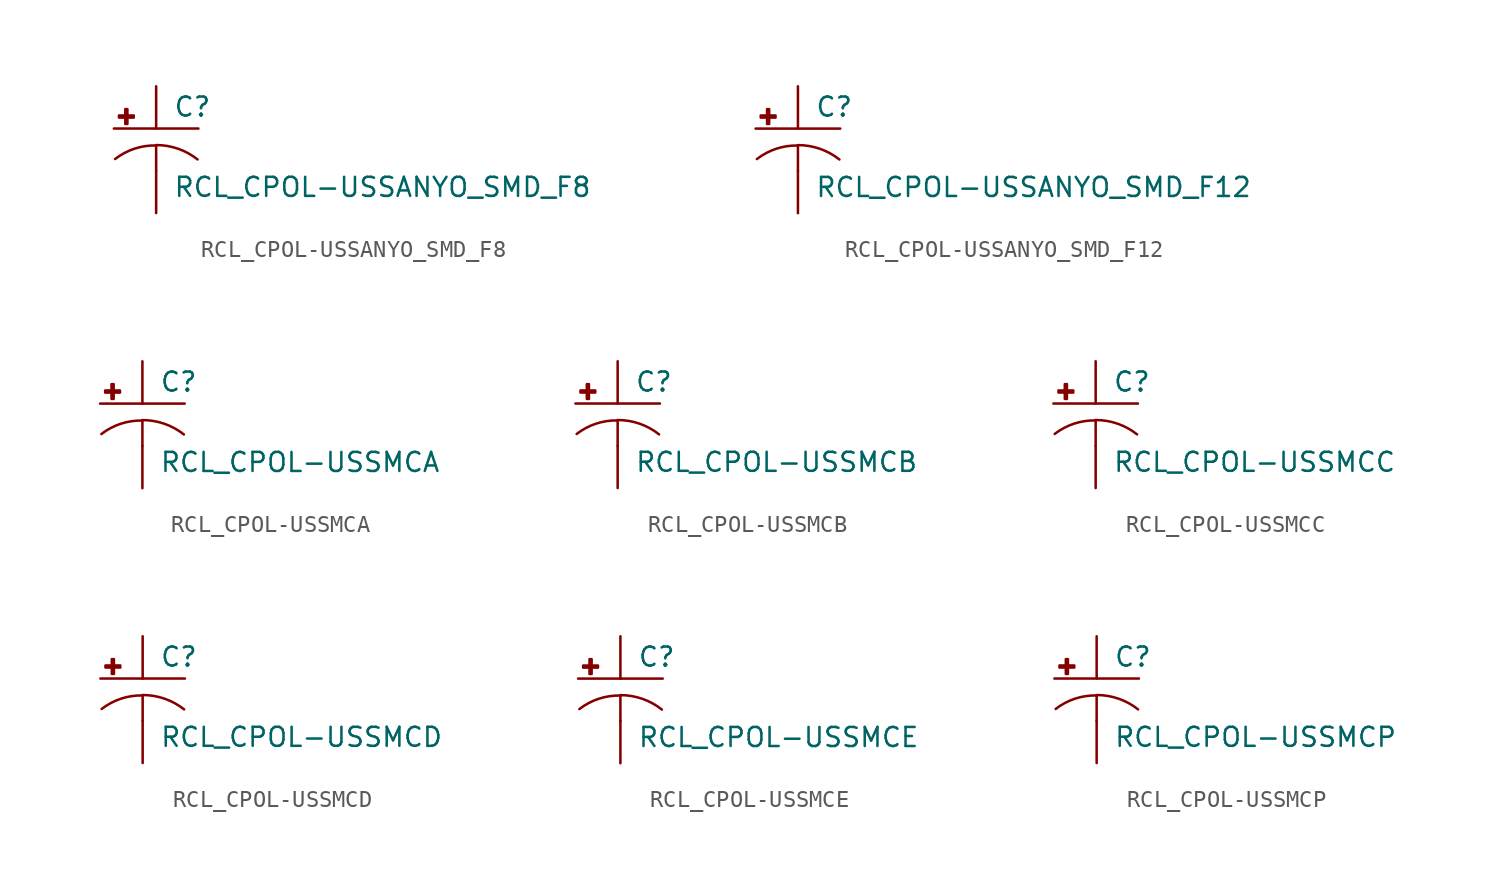
<source format=kicad_sym>
(kicad_symbol_lib
  (version 20210619)
  (generator kicad_symbol_editor)
  (symbol "RCL_CPOL-USSANYO_SMD_F8"
    (pin_numbers hide)
    (pin_names
      (offset 1.016) hide)
    (property "Reference" "C"
      (at 1.016 0.635 0)
      (effects (font (size 1.143 1.143)) (justify left bottom)))
    (property "Value" "RCL_CPOL-USSANYO_SMD_F8"
      (at 1.016 -4.191 0)
      (effects (font (size 1.143 1.143)) (justify left bottom)))
    (property "ki_locked" ""
      (at 0 0 0)
      (effects (font (size 1.27 1.27))))
    (symbol "RCL_CPOL-USSANYO_SMD_F8_1_0"
      (polyline (pts (xy -2.54 0) (xy 2.54 0)) (stroke (width 0)) (fill (type none)))
      (polyline (pts (xy 0 -1.016) (xy 0 -2.54)) (stroke (width 0)) (fill (type none)))
      (polyline (pts (xy 0 -1.016) (xy 0 -1.016)) (stroke (width 0)) (fill (type none))))
    (symbol "RCL_CPOL-USSANYO_SMD_F8_1_1"
      (arc (start 0 -1.016) (end -2.4638 -1.8288) (radius (at 0 -5.0546) (length 4.0386) (angles 90.1 127.3)) (stroke (width 0)) (fill (type none)))
      (arc (start 2.4892 -1.8542) (end 0 -0.9906) (radius (at 0 -5.0292) (length 4.0386) (angles 52.3 89.9)) (stroke (width 0)) (fill (type none)))
      (rectangle (start -2.235 0.66) (end -1.346 0.787) (stroke (width 0)) (fill (type outline)))
      (rectangle (start -1.854 0.279) (end -1.727 1.168) (stroke (width 0)) (fill (type outline)))
      (pin passive line (at 0 2.54 270) (length 2.54) (name "+" (effects (font (size 1.016 1.016)))) (number "+" (effects (font (size 1.016 1.016)))))
      (pin passive line (at 0 -5.08 90) (length 2.54) (name "-" (effects (font (size 1.016 1.016)))) (number "-" (effects (font (size 1.016 1.016)))))))
  (symbol "RCL_CPOL-USSANYO_SMD_F12"
    (pin_numbers hide)
    (pin_names
      (offset 1.016) hide)
    (property "Reference" "C"
      (at 1.016 0.635 0)
      (effects (font (size 1.143 1.143)) (justify left bottom)))
    (property "Value" "RCL_CPOL-USSANYO_SMD_F12"
      (at 1.016 -4.191 0)
      (effects (font (size 1.143 1.143)) (justify left bottom)))
    (property "ki_locked" ""
      (at 0 0 0)
      (effects (font (size 1.27 1.27))))
    (symbol "RCL_CPOL-USSANYO_SMD_F12_1_0"
      (polyline (pts (xy -2.54 0) (xy 2.54 0)) (stroke (width 0)) (fill (type none)))
      (polyline (pts (xy 0 -1.016) (xy 0 -2.54)) (stroke (width 0)) (fill (type none)))
      (polyline (pts (xy 0 -1.016) (xy 0 -1.016)) (stroke (width 0)) (fill (type none))))
    (symbol "RCL_CPOL-USSANYO_SMD_F12_1_1"
      (arc (start 0 -1.016) (end -2.4638 -1.8288) (radius (at 0 -5.0546) (length 4.0386) (angles 90.1 127.3)) (stroke (width 0)) (fill (type none)))
      (arc (start 2.4892 -1.8542) (end 0 -0.9906) (radius (at 0 -5.0292) (length 4.0386) (angles 52.3 89.9)) (stroke (width 0)) (fill (type none)))
      (rectangle (start -2.235 0.66) (end -1.346 0.787) (stroke (width 0)) (fill (type outline)))
      (rectangle (start -1.854 0.279) (end -1.727 1.168) (stroke (width 0)) (fill (type outline)))
      (pin passive line (at 0 2.54 270) (length 2.54) (name "+" (effects (font (size 1.016 1.016)))) (number "+" (effects (font (size 1.016 1.016)))))
      (pin passive line (at 0 -5.08 90) (length 2.54) (name "-" (effects (font (size 1.016 1.016)))) (number "-" (effects (font (size 1.016 1.016)))))))
  (symbol "RCL_CPOL-USSMCA"
    (pin_numbers hide)
    (pin_names
      (offset 1.016) hide)
    (property "Reference" "C"
      (at 1.016 0.635 0)
      (effects (font (size 1.143 1.143)) (justify left bottom)))
    (property "Value" "RCL_CPOL-USSMCA"
      (at 1.016 -4.191 0)
      (effects (font (size 1.143 1.143)) (justify left bottom)))
    (property "ki_locked" ""
      (at 0 0 0)
      (effects (font (size 1.27 1.27))))
    (symbol "RCL_CPOL-USSMCA_1_0"
      (polyline (pts (xy -2.54 0) (xy 2.54 0)) (stroke (width 0)) (fill (type none)))
      (polyline (pts (xy 0 -1.016) (xy 0 -2.54)) (stroke (width 0)) (fill (type none)))
      (polyline (pts (xy 0 -1.016) (xy 0 -1.016)) (stroke (width 0)) (fill (type none))))
    (symbol "RCL_CPOL-USSMCA_1_1"
      (arc (start 0 -1.016) (end -2.4638 -1.8288) (radius (at 0 -5.0546) (length 4.0386) (angles 90.1 127.3)) (stroke (width 0)) (fill (type none)))
      (arc (start 2.4892 -1.8542) (end 0 -0.9906) (radius (at 0 -5.0292) (length 4.0386) (angles 52.3 89.9)) (stroke (width 0)) (fill (type none)))
      (rectangle (start -2.235 0.66) (end -1.346 0.787) (stroke (width 0)) (fill (type outline)))
      (rectangle (start -1.854 0.279) (end -1.727 1.168) (stroke (width 0)) (fill (type outline)))
      (pin passive line (at 0 2.54 270) (length 2.54) (name "+" (effects (font (size 1.016 1.016)))) (number "+" (effects (font (size 1.016 1.016)))))
      (pin passive line (at 0 -5.08 90) (length 2.54) (name "-" (effects (font (size 1.016 1.016)))) (number "-" (effects (font (size 1.016 1.016)))))))
  (symbol "RCL_CPOL-USSMCB"
    (pin_numbers hide)
    (pin_names
      (offset 1.016) hide)
    (property "Reference" "C"
      (at 1.016 0.635 0)
      (effects (font (size 1.143 1.143)) (justify left bottom)))
    (property "Value" "RCL_CPOL-USSMCB"
      (at 1.016 -4.191 0)
      (effects (font (size 1.143 1.143)) (justify left bottom)))
    (property "ki_locked" ""
      (at 0 0 0)
      (effects (font (size 1.27 1.27))))
    (symbol "RCL_CPOL-USSMCB_1_0"
      (polyline (pts (xy -2.54 0) (xy 2.54 0)) (stroke (width 0)) (fill (type none)))
      (polyline (pts (xy 0 -1.016) (xy 0 -2.54)) (stroke (width 0)) (fill (type none)))
      (polyline (pts (xy 0 -1.016) (xy 0 -1.016)) (stroke (width 0)) (fill (type none))))
    (symbol "RCL_CPOL-USSMCB_1_1"
      (arc (start 0 -1.016) (end -2.4638 -1.8288) (radius (at 0 -5.0546) (length 4.0386) (angles 90.1 127.3)) (stroke (width 0)) (fill (type none)))
      (arc (start 2.4892 -1.8542) (end 0 -0.9906) (radius (at 0 -5.0292) (length 4.0386) (angles 52.3 89.9)) (stroke (width 0)) (fill (type none)))
      (rectangle (start -2.235 0.66) (end -1.346 0.787) (stroke (width 0)) (fill (type outline)))
      (rectangle (start -1.854 0.279) (end -1.727 1.168) (stroke (width 0)) (fill (type outline)))
      (pin passive line (at 0 2.54 270) (length 2.54) (name "+" (effects (font (size 1.016 1.016)))) (number "+" (effects (font (size 1.016 1.016)))))
      (pin passive line (at 0 -5.08 90) (length 2.54) (name "-" (effects (font (size 1.016 1.016)))) (number "-" (effects (font (size 1.016 1.016)))))))
  (symbol "RCL_CPOL-USSMCC"
    (pin_numbers hide)
    (pin_names
      (offset 1.016) hide)
    (property "Reference" "C"
      (at 1.016 0.635 0)
      (effects (font (size 1.143 1.143)) (justify left bottom)))
    (property "Value" "RCL_CPOL-USSMCC"
      (at 1.016 -4.191 0)
      (effects (font (size 1.143 1.143)) (justify left bottom)))
    (property "ki_locked" ""
      (at 0 0 0)
      (effects (font (size 1.27 1.27))))
    (symbol "RCL_CPOL-USSMCC_1_0"
      (polyline (pts (xy -2.54 0) (xy 2.54 0)) (stroke (width 0)) (fill (type none)))
      (polyline (pts (xy 0 -1.016) (xy 0 -2.54)) (stroke (width 0)) (fill (type none)))
      (polyline (pts (xy 0 -1.016) (xy 0 -1.016)) (stroke (width 0)) (fill (type none))))
    (symbol "RCL_CPOL-USSMCC_1_1"
      (arc (start 0 -1.016) (end -2.4638 -1.8288) (radius (at 0 -5.0546) (length 4.0386) (angles 90.1 127.3)) (stroke (width 0)) (fill (type none)))
      (arc (start 2.4892 -1.8542) (end 0 -0.9906) (radius (at 0 -5.0292) (length 4.0386) (angles 52.3 89.9)) (stroke (width 0)) (fill (type none)))
      (rectangle (start -2.235 0.66) (end -1.346 0.787) (stroke (width 0)) (fill (type outline)))
      (rectangle (start -1.854 0.279) (end -1.727 1.168) (stroke (width 0)) (fill (type outline)))
      (pin passive line (at 0 2.54 270) (length 2.54) (name "+" (effects (font (size 1.016 1.016)))) (number "+" (effects (font (size 1.016 1.016)))))
      (pin passive line (at 0 -5.08 90) (length 2.54) (name "-" (effects (font (size 1.016 1.016)))) (number "-" (effects (font (size 1.016 1.016)))))))
  (symbol "RCL_CPOL-USSMCD"
    (pin_numbers hide)
    (pin_names
      (offset 1.016) hide)
    (property "Reference" "C"
      (at 1.016 0.635 0)
      (effects (font (size 1.143 1.143)) (justify left bottom)))
    (property "Value" "RCL_CPOL-USSMCD"
      (at 1.016 -4.191 0)
      (effects (font (size 1.143 1.143)) (justify left bottom)))
    (property "ki_locked" ""
      (at 0 0 0)
      (effects (font (size 1.27 1.27))))
    (symbol "RCL_CPOL-USSMCD_1_0"
      (polyline (pts (xy -2.54 0) (xy 2.54 0)) (stroke (width 0)) (fill (type none)))
      (polyline (pts (xy 0 -1.016) (xy 0 -2.54)) (stroke (width 0)) (fill (type none)))
      (polyline (pts (xy 0 -1.016) (xy 0 -1.016)) (stroke (width 0)) (fill (type none))))
    (symbol "RCL_CPOL-USSMCD_1_1"
      (arc (start 0 -1.016) (end -2.4638 -1.8288) (radius (at 0 -5.0546) (length 4.0386) (angles 90.1 127.3)) (stroke (width 0)) (fill (type none)))
      (arc (start 2.4892 -1.8542) (end 0 -0.9906) (radius (at 0 -5.0292) (length 4.0386) (angles 52.3 89.9)) (stroke (width 0)) (fill (type none)))
      (rectangle (start -2.235 0.66) (end -1.346 0.787) (stroke (width 0)) (fill (type outline)))
      (rectangle (start -1.854 0.279) (end -1.727 1.168) (stroke (width 0)) (fill (type outline)))
      (pin passive line (at 0 2.54 270) (length 2.54) (name "+" (effects (font (size 1.016 1.016)))) (number "+" (effects (font (size 1.016 1.016)))))
      (pin passive line (at 0 -5.08 90) (length 2.54) (name "-" (effects (font (size 1.016 1.016)))) (number "-" (effects (font (size 1.016 1.016)))))))
  (symbol "RCL_CPOL-USSMCE"
    (pin_numbers hide)
    (pin_names
      (offset 1.016) hide)
    (property "Reference" "C"
      (at 1.016 0.635 0)
      (effects (font (size 1.143 1.143)) (justify left bottom)))
    (property "Value" "RCL_CPOL-USSMCE"
      (at 1.016 -4.191 0)
      (effects (font (size 1.143 1.143)) (justify left bottom)))
    (property "ki_locked" ""
      (at 0 0 0)
      (effects (font (size 1.27 1.27))))
    (symbol "RCL_CPOL-USSMCE_1_0"
      (polyline (pts (xy -2.54 0) (xy 2.54 0)) (stroke (width 0)) (fill (type none)))
      (polyline (pts (xy 0 -1.016) (xy 0 -2.54)) (stroke (width 0)) (fill (type none)))
      (polyline (pts (xy 0 -1.016) (xy 0 -1.016)) (stroke (width 0)) (fill (type none))))
    (symbol "RCL_CPOL-USSMCE_1_1"
      (arc (start 0 -1.016) (end -2.4638 -1.8288) (radius (at 0 -5.0546) (length 4.0386) (angles 90.1 127.3)) (stroke (width 0)) (fill (type none)))
      (arc (start 2.4892 -1.8542) (end 0 -0.9906) (radius (at 0 -5.0292) (length 4.0386) (angles 52.3 89.9)) (stroke (width 0)) (fill (type none)))
      (rectangle (start -2.235 0.66) (end -1.346 0.787) (stroke (width 0)) (fill (type outline)))
      (rectangle (start -1.854 0.279) (end -1.727 1.168) (stroke (width 0)) (fill (type outline)))
      (pin passive line (at 0 2.54 270) (length 2.54) (name "+" (effects (font (size 1.016 1.016)))) (number "+" (effects (font (size 1.016 1.016)))))
      (pin passive line (at 0 -5.08 90) (length 2.54) (name "-" (effects (font (size 1.016 1.016)))) (number "-" (effects (font (size 1.016 1.016)))))))
  (symbol "RCL_CPOL-USSMCP"
    (pin_numbers hide)
    (pin_names
      (offset 1.016) hide)
    (property "Reference" "C"
      (at 1.016 0.635 0)
      (effects (font (size 1.143 1.143)) (justify left bottom)))
    (property "Value" "RCL_CPOL-USSMCP"
      (at 1.016 -4.191 0)
      (effects (font (size 1.143 1.143)) (justify left bottom)))
    (property "ki_locked" ""
      (at 0 0 0)
      (effects (font (size 1.27 1.27))))
    (symbol "RCL_CPOL-USSMCP_1_0"
      (polyline (pts (xy -2.54 0) (xy 2.54 0)) (stroke (width 0)) (fill (type none)))
      (polyline (pts (xy 0 -1.016) (xy 0 -2.54)) (stroke (width 0)) (fill (type none)))
      (polyline (pts (xy 0 -1.016) (xy 0 -1.016)) (stroke (width 0)) (fill (type none))))
    (symbol "RCL_CPOL-USSMCP_1_1"
      (arc (start 0 -1.016) (end -2.4638 -1.8288) (radius (at 0 -5.0546) (length 4.0386) (angles 90.1 127.3)) (stroke (width 0)) (fill (type none)))
      (arc (start 2.4892 -1.8542) (end 0 -0.9906) (radius (at 0 -5.0292) (length 4.0386) (angles 52.3 89.9)) (stroke (width 0)) (fill (type none)))
      (rectangle (start -2.235 0.66) (end -1.346 0.787) (stroke (width 0)) (fill (type outline)))
      (rectangle (start -1.854 0.279) (end -1.727 1.168) (stroke (width 0)) (fill (type outline)))
      (pin passive line (at 0 2.54 270) (length 2.54) (name "+" (effects (font (size 1.016 1.016)))) (number "+" (effects (font (size 1.016 1.016)))))
      (pin passive line (at 0 -5.08 90) (length 2.54) (name "-" (effects (font (size 1.016 1.016)))) (number "-" (effects (font (size 1.016 1.016))))))))
</source>
